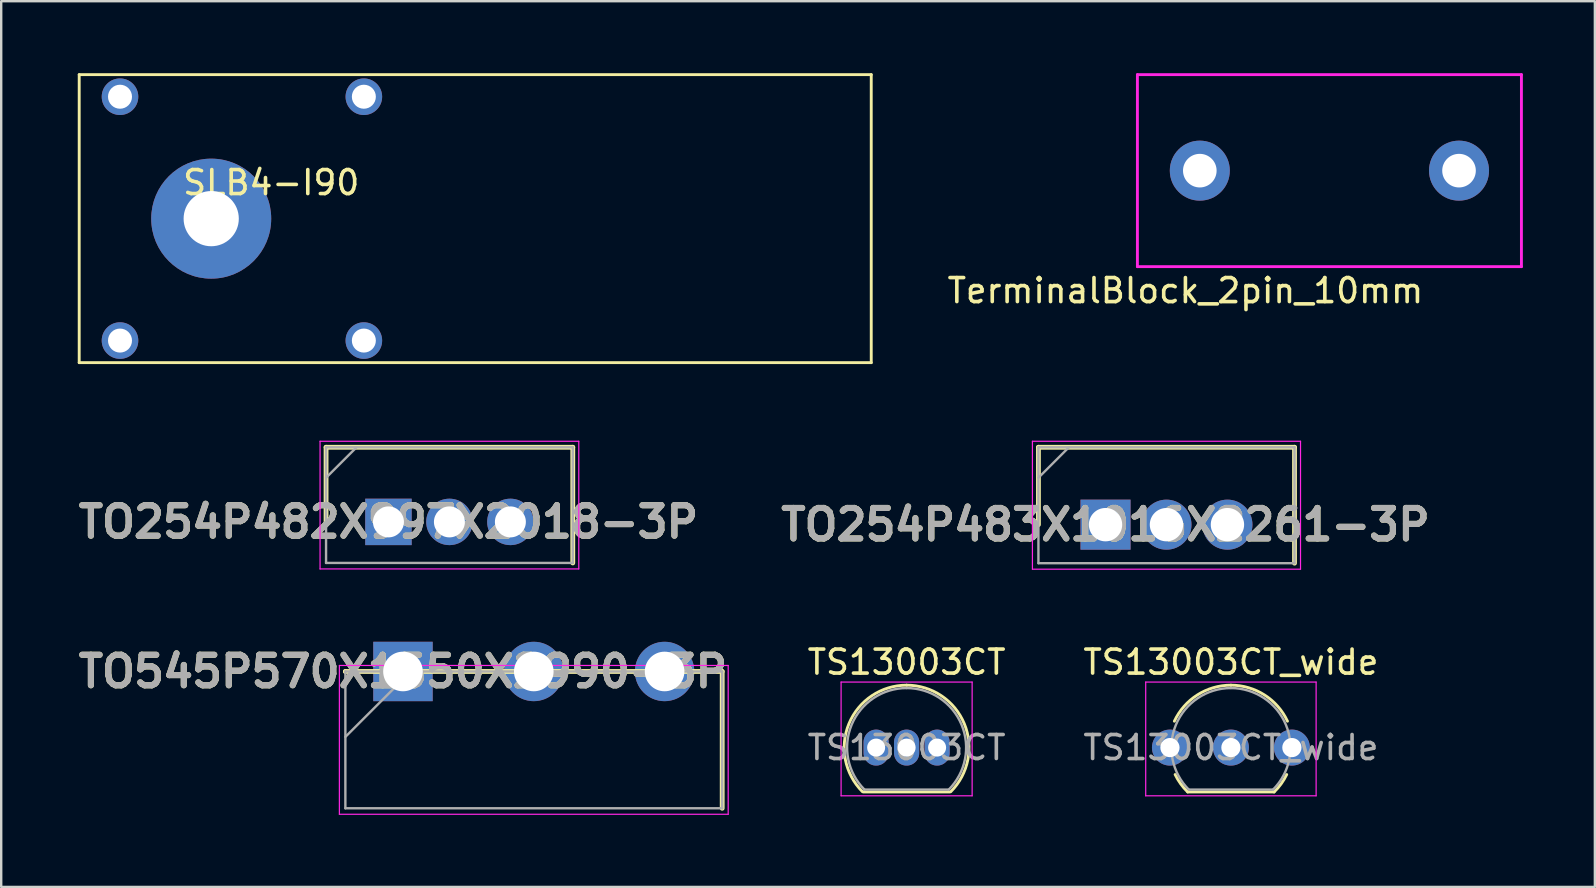
<source format=kicad_pcb>
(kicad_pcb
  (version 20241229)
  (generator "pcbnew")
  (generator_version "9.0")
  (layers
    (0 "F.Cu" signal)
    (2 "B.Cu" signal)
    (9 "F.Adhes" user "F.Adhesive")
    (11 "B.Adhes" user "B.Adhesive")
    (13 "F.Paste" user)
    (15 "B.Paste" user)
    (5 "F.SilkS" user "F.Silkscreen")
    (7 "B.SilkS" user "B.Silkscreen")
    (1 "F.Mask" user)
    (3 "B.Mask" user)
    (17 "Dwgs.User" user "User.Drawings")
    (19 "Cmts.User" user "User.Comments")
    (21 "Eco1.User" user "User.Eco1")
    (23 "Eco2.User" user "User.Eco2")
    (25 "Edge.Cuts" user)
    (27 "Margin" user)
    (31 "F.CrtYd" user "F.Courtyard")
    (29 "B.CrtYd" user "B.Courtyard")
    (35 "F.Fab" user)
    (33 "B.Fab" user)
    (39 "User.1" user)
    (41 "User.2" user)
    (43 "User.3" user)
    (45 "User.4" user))
  (footprint "TO545P570X1550X2990-3P"
    (layer "F.Cu")
    (at 13.74 24.927)
    (property "Reference" "TO545P570X1550X2990-3P" (at 0 0 0) (layer "F.SilkS") (effects (font (size 1.27 1.27) (thickness 0.254))))
    (attr through_hole)
    (fp_line (start -2.4 0) (end -2.4 0) (stroke (width 0.2) (type solid)) (layer "F.SilkS"))
    (fp_line (start 13.3 0) (end -2.4 0) (stroke (width 0.2) (type solid)) (layer "F.SilkS"))
    (fp_line (start 13.3 5.7) (end 13.3 0) (stroke (width 0.2) (type solid)) (layer "F.SilkS"))
    (fp_line (start -2.65 -0.25) (end 13.55 -0.25) (stroke (width 0.05) (type solid)) (layer "F.CrtYd"))
    (fp_line (start -2.65 5.95) (end -2.65 -0.25) (stroke (width 0.05) (type solid)) (layer "F.CrtYd"))
    (fp_line (start 13.55 -0.25) (end 13.55 5.95) (stroke (width 0.05) (type solid)) (layer "F.CrtYd"))
    (fp_line (start 13.55 5.95) (end -2.65 5.95) (stroke (width 0.05) (type solid)) (layer "F.CrtYd"))
    (fp_line (start -2.4 0) (end 13.3 0) (stroke (width 0.1) (type solid)) (layer "F.Fab"))
    (fp_line (start -2.4 2.725) (end 0.325 0) (stroke (width 0.1) (type solid)) (layer "F.Fab"))
    (fp_line (start -2.4 5.7) (end -2.4 0) (stroke (width 0.1) (type solid)) (layer "F.Fab"))
    (fp_line (start 13.3 0) (end 13.3 5.7) (stroke (width 0.1) (type solid)) (layer "F.Fab"))
    (fp_line (start 13.3 5.7) (end -2.4 5.7) (stroke (width 0.1) (type solid)) (layer "F.Fab"))
    (fp_text user "${REFERENCE}" (at 0 0 0) (layer "F.Fab") (effects (font (size 1.27 1.27) (thickness 0.254))))
    (pad "1" thru_hole rect (at 0 0) (size 2.475 2.475) (drill 1.65) (layers "*.Cu" "*.Mask"))
    (pad "2" thru_hole circle (at 5.45 0) (size 2.475 2.475) (drill 1.65) (layers "*.Cu" "*.Mask"))
    (pad "3" thru_hole circle (at 10.9 0) (size 2.475 2.475) (drill 1.65) (layers "*.Cu" "*.Mask")))
  (footprint "TO254P483X1016X2261-3P"
    (layer "F.Cu")
    (at 43.011 18.81)
    (property "Reference" "TO254P483X1016X2261-3P" (at 0 0 0) (layer "F.SilkS") (effects (font (size 1.27 1.27) (thickness 0.254))))
    (attr through_hole)
    (fp_line (start -2.795 -3.225) (end -2.795 0) (stroke (width 0.2) (type solid)) (layer "F.SilkS"))
    (fp_line (start 7.875 -3.225) (end -2.795 -3.225) (stroke (width 0.2) (type solid)) (layer "F.SilkS"))
    (fp_line (start 7.875 1.605) (end 7.875 -3.225) (stroke (width 0.2) (type solid)) (layer "F.SilkS"))
    (fp_line (start -3.045 -3.475) (end 8.125 -3.475) (stroke (width 0.05) (type solid)) (layer "F.CrtYd"))
    (fp_line (start -3.045 1.855) (end -3.045 -3.475) (stroke (width 0.05) (type solid)) (layer "F.CrtYd"))
    (fp_line (start 8.125 -3.475) (end 8.125 1.855) (stroke (width 0.05) (type solid)) (layer "F.CrtYd"))
    (fp_line (start 8.125 1.855) (end -3.045 1.855) (stroke (width 0.05) (type solid)) (layer "F.CrtYd"))
    (fp_line (start -2.795 -3.225) (end 7.875 -3.225) (stroke (width 0.1) (type solid)) (layer "F.Fab"))
    (fp_line (start -2.795 -1.955) (end -1.525 -3.225) (stroke (width 0.1) (type solid)) (layer "F.Fab"))
    (fp_line (start -2.795 1.605) (end -2.795 -3.225) (stroke (width 0.1) (type solid)) (layer "F.Fab"))
    (fp_line (start 7.875 -3.225) (end 7.875 1.605) (stroke (width 0.1) (type solid)) (layer "F.Fab"))
    (fp_line (start 7.875 1.605) (end -2.795 1.605) (stroke (width 0.1) (type solid)) (layer "F.Fab"))
    (fp_text user "${REFERENCE}" (at 0 0 0) (layer "F.Fab") (effects (font (size 1.27 1.27) (thickness 0.254))))
    (pad "1" thru_hole rect (at 0 0) (size 2.085 2.085) (drill 1.39) (layers "*.Cu" "*.Mask"))
    (pad "2" thru_hole circle (at 2.54 0) (size 2.085 2.085) (drill 1.39) (layers "*.Cu" "*.Mask"))
    (pad "3" thru_hole circle (at 5.08 0) (size 2.085 2.085) (drill 1.39) (layers "*.Cu" "*.Mask")))
  (footprint "TO254P482X997X2018-3P"
    (layer "F.Cu")
    (at 13.135 18.695)
    (property "Reference" "TO254P482X997X2018-3P" (at 0 0 0) (layer "F.SilkS") (effects (font (size 1.27 1.27) (thickness 0.254))))
    (attr through_hole)
    (fp_line (start -2.6 -3.11) (end -2.6 0) (stroke (width 0.2) (type solid)) (layer "F.SilkS"))
    (fp_line (start 7.68 -3.11) (end -2.6 -3.11) (stroke (width 0.2) (type solid)) (layer "F.SilkS"))
    (fp_line (start 7.68 1.71) (end 7.68 -3.11) (stroke (width 0.2) (type solid)) (layer "F.SilkS"))
    (fp_line (start -2.85 -3.36) (end 7.93 -3.36) (stroke (width 0.05) (type solid)) (layer "F.CrtYd"))
    (fp_line (start -2.85 1.96) (end -2.85 -3.36) (stroke (width 0.05) (type solid)) (layer "F.CrtYd"))
    (fp_line (start 7.93 -3.36) (end 7.93 1.96) (stroke (width 0.05) (type solid)) (layer "F.CrtYd"))
    (fp_line (start 7.93 1.96) (end -2.85 1.96) (stroke (width 0.05) (type solid)) (layer "F.CrtYd"))
    (fp_line (start -2.6 -3.11) (end 7.68 -3.11) (stroke (width 0.1) (type solid)) (layer "F.Fab"))
    (fp_line (start -2.6 -1.84) (end -1.33 -3.11) (stroke (width 0.1) (type solid)) (layer "F.Fab"))
    (fp_line (start -2.6 1.71) (end -2.6 -3.11) (stroke (width 0.1) (type solid)) (layer "F.Fab"))
    (fp_line (start 7.68 -3.11) (end 7.68 1.71) (stroke (width 0.1) (type solid)) (layer "F.Fab"))
    (fp_line (start 7.68 1.71) (end -2.6 1.71) (stroke (width 0.1) (type solid)) (layer "F.Fab"))
    (fp_text user "${REFERENCE}" (at 0 0 0) (layer "F.Fab") (effects (font (size 1.27 1.27) (thickness 0.254))))
    (pad "1" thru_hole rect (at 0 0) (size 1.935 1.935) (drill 1.29) (layers "*.Cu" "*.Mask"))
    (pad "2" thru_hole circle (at 2.54 0) (size 1.935 1.935) (drill 1.29) (layers "*.Cu" "*.Mask"))
    (pad "3" thru_hole circle (at 5.08 0) (size 1.935 1.935) (drill 1.29) (layers "*.Cu" "*.Mask")))
  (footprint "TS13003CT"
    (layer "F.Cu")
    (at 33.454 28.098)
    (property "Reference" "TS13003CT" (at 1.27 -3.56 0) (layer "F.SilkS") (effects (font (size 1 1) (thickness 0.15))))
    (attr through_hole)
    (fp_line (start -0.53 1.85) (end 3.07 1.85) (stroke (width 0.12) (type solid)) (layer "F.SilkS"))
    (fp_arc (start -0.568478 1.838478) (mid -1.132087 -0.994977) (end 1.27 -2.6) (stroke (width 0.12) (type solid)) (layer "F.SilkS"))
    (fp_arc (start 1.27 -2.6) (mid 3.672087 -0.994977) (end 3.108478 1.838478) (stroke (width 0.12) (type solid)) (layer "F.SilkS"))
    (fp_line (start -1.46 -2.73) (end -1.46 2.01) (stroke (width 0.05) (type solid)) (layer "F.CrtYd"))
    (fp_line (start -1.46 -2.73) (end 4 -2.73) (stroke (width 0.05) (type solid)) (layer "F.CrtYd"))
    (fp_line (start 4 2.01) (end -1.46 2.01) (stroke (width 0.05) (type solid)) (layer "F.CrtYd"))
    (fp_line (start 4 2.01) (end 4 -2.73) (stroke (width 0.05) (type solid)) (layer "F.CrtYd"))
    (fp_line (start -0.5 1.75) (end 3 1.75) (stroke (width 0.1) (type solid)) (layer "F.Fab"))
    (fp_arc (start -0.483625 1.753625) (mid -1.021221 -0.949055) (end 1.27 -2.48) (stroke (width 0.1) (type solid)) (layer "F.Fab"))
    (fp_arc (start 1.27 -2.48) (mid 3.561221 -0.949055) (end 3.023625 1.753625) (stroke (width 0.1) (type solid)) (layer "F.Fab"))
    (fp_text user "${REFERENCE}" (at 1.27 0 0) (layer "F.Fab") (effects (font (size 1 1) (thickness 0.15))))
    (pad "1" thru_hole oval (at 0 0) (size 1.05 1.5) (drill 0.75) (layers "*.Cu" "*.Mask"))
    (pad "2" thru_hole oval (at 2.54 0) (size 1.05 1.5) (drill 0.75) (layers "*.Cu" "*.Mask"))
    (pad "3" thru_hole oval (at 1.27 0) (size 1.05 1.5) (drill 0.75) (layers "*.Cu" "*.Mask")))
  (footprint "SLB4-I90"
    (layer "F.Cu")
    (at 0.25 12.06)
    (property "Reference" "SLB4-I90" (at 8 -7.5 0) (layer "F.SilkS") (effects (font (size 1 1) (thickness 0.15))))
    (attr through_hole)
    (fp_line (start 0 -12) (end 33 -12) (stroke (width 0.12) (type solid)) (layer "F.SilkS"))
    (fp_line (start 0 0) (end 0 -12) (stroke (width 0.12) (type solid)) (layer "F.SilkS"))
    (fp_line (start 0 0) (end 33 0) (stroke (width 0.12) (type solid)) (layer "F.SilkS"))
    (fp_line (start 33 0) (end 33 -12) (stroke (width 0.12) (type solid)) (layer "F.SilkS"))
    (pad "" np_thru_hole circle (at 1.7 -11.08) (size 1.524 1.524) (drill 1) (layers "*.Cu" "*.Mask"))
    (pad "" np_thru_hole circle (at 1.7 -0.92) (size 1.524 1.524) (drill 1) (layers "*.Cu" "*.Mask"))
    (pad "" np_thru_hole circle (at 11.86 -11.08) (size 1.524 1.524) (drill 1) (layers "*.Cu" "*.Mask"))
    (pad "" np_thru_hole circle (at 11.86 -0.92) (size 1.524 1.524) (drill 1) (layers "*.Cu" "*.Mask"))
    (pad "1" thru_hole circle (at 5.5 -6) (size 5 5) (drill 2.3) (layers "*.Cu" "*.Mask")))
  (footprint "TS13003CT_wide"
    (layer "F.Cu")
    (at 45.696 28.098)
    (property "Reference" "TS13003CT_wide" (at 2.54 -3.56 0) (layer "F.SilkS") (effects (font (size 1 1) (thickness 0.15))))
    (attr through_hole)
    (fp_line (start 0.74 1.85) (end 4.34 1.85) (stroke (width 0.12) (type solid)) (layer "F.SilkS"))
    (fp_arc (start 0.1836 -1.098807) (mid 1.143021 -2.192817) (end 2.54 -2.6) (stroke (width 0.12) (type solid)) (layer "F.SilkS"))
    (fp_arc (start 0.74 1.85) (mid 0.446097 1.509328) (end 0.215816 1.122795) (stroke (width 0.12) (type solid)) (layer "F.SilkS"))
    (fp_arc (start 2.54 -2.6) (mid 3.936979 -2.192818) (end 4.8964 -1.098807) (stroke (width 0.12) (type solid)) (layer "F.SilkS"))
    (fp_arc (start 4.864184 1.122795) (mid 4.633903 1.509328) (end 4.34 1.85) (stroke (width 0.12) (type solid)) (layer "F.SilkS"))
    (fp_line (start -1.01 -2.73) (end -1.01 2.01) (stroke (width 0.05) (type solid)) (layer "F.CrtYd"))
    (fp_line (start -1.01 -2.73) (end 6.09 -2.73) (stroke (width 0.05) (type solid)) (layer "F.CrtYd"))
    (fp_line (start 6.09 2.01) (end -1.01 2.01) (stroke (width 0.05) (type solid)) (layer "F.CrtYd"))
    (fp_line (start 6.09 2.01) (end 6.09 -2.73) (stroke (width 0.05) (type solid)) (layer "F.CrtYd"))
    (fp_line (start 0.8 1.75) (end 4.3 1.75) (stroke (width 0.1) (type solid)) (layer "F.Fab"))
    (fp_arc (start 0.786375 1.753625) (mid 0.248779 -0.949055) (end 2.54 -2.48) (stroke (width 0.1) (type solid)) (layer "F.Fab"))
    (fp_arc (start 2.54 -2.48) (mid 4.831221 -0.949055) (end 4.293625 1.753625) (stroke (width 0.1) (type solid)) (layer "F.Fab"))
    (fp_text user "${REFERENCE}" (at 2.54 0 0) (layer "F.Fab") (effects (font (size 1 1) (thickness 0.15))))
    (pad "1" thru_hole circle (at 0 0) (size 1.5 1.5) (drill 0.8) (layers "*.Cu" "*.Mask"))
    (pad "2" thru_hole circle (at 5.08 0) (size 1.5 1.5) (drill 0.8) (layers "*.Cu" "*.Mask"))
    (pad "3" thru_hole circle (at 2.54 0) (size 1.5 1.5) (drill 0.8) (layers "*.Cu" "*.Mask")))
  (footprint "TerminalBlock_2pin_10mm"
    (layer "F.Cu")
    (at 52.34 4.06)
    (property "Reference" "TerminalBlock_2pin_10mm" (at -6 5 0) (layer "F.SilkS") (effects (font (size 1 1) (thickness 0.15))))
    (attr through_hole)
    (fp_line (start -8 -4) (end -8 4) (stroke (width 0.12) (type solid)) (layer "F.CrtYd"))
    (fp_line (start -8 4) (end 8 4) (stroke (width 0.12) (type solid)) (layer "F.CrtYd"))
    (fp_line (start 8 -4) (end -8 -4) (stroke (width 0.12) (type solid)) (layer "F.CrtYd"))
    (fp_line (start 8 4) (end 8 -4) (stroke (width 0.12) (type solid)) (layer "F.CrtYd"))
    (pad "1" thru_hole circle (at -5.4 0) (size 2.5 2.5) (drill 1.4) (layers "*.Cu" "*.Mask"))
    (pad "2" thru_hole circle (at 5.4 0) (size 2.5 2.5) (drill 1.4) (layers "*.Cu" "*.Mask")))
  (gr_rect
    (start -3 -3)
    (end 63.4 33.903)
    (stroke (width 0.1) (type default))
    (fill no)
    (layer "Edge.Cuts")))
</source>
